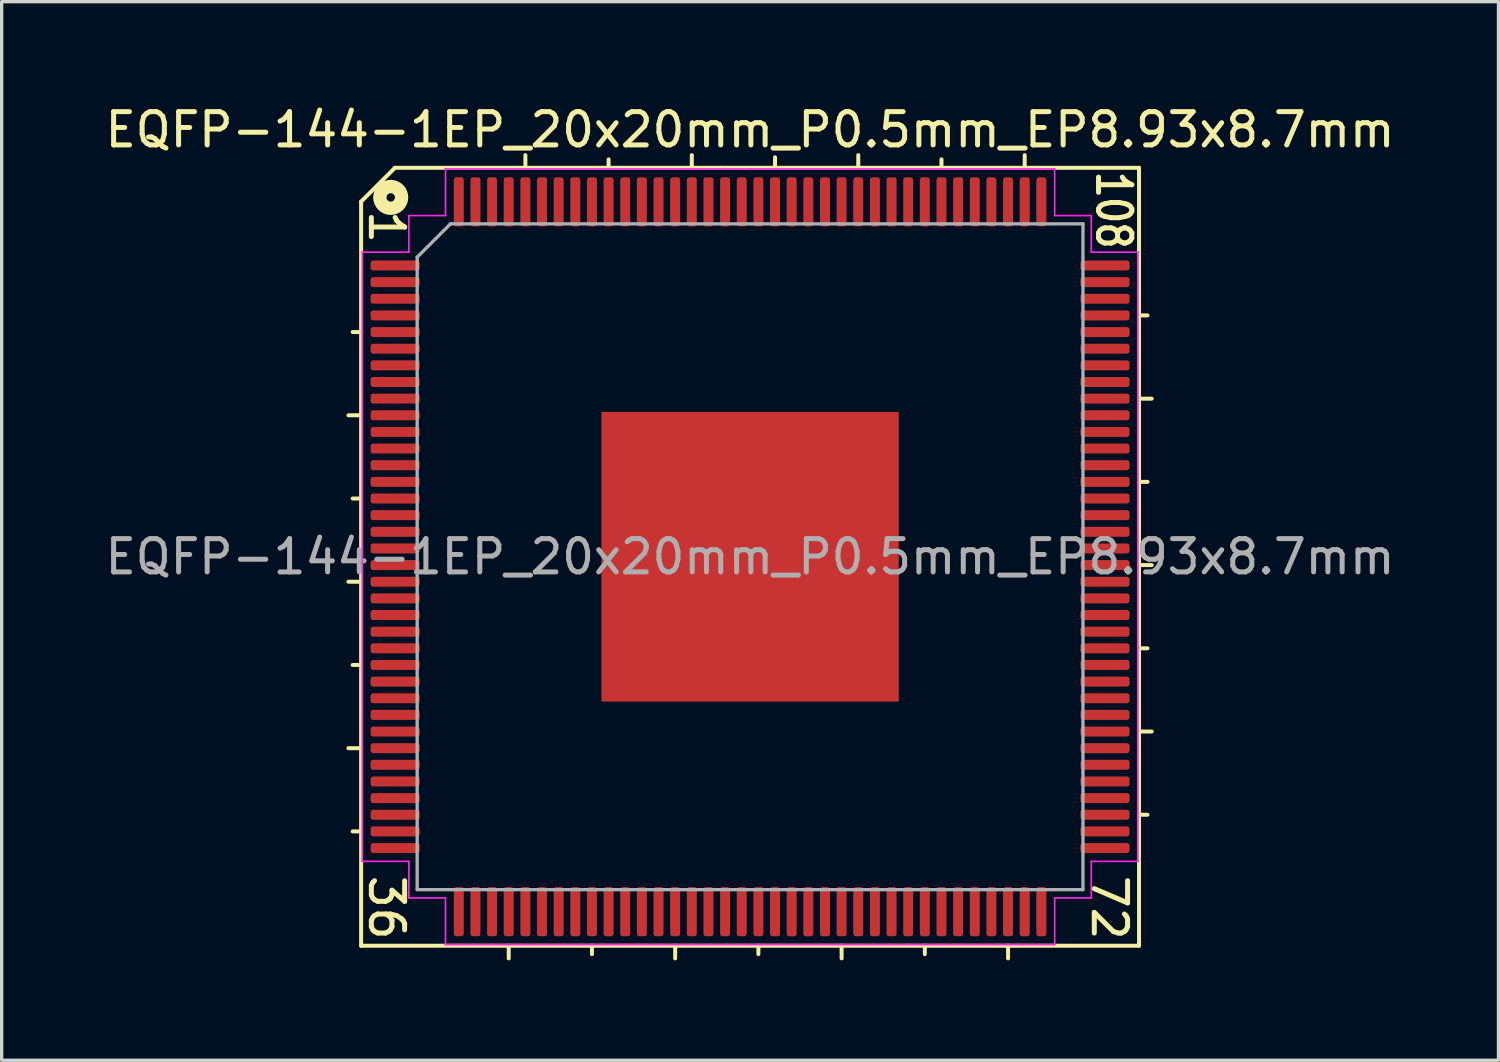
<source format=kicad_pcb>
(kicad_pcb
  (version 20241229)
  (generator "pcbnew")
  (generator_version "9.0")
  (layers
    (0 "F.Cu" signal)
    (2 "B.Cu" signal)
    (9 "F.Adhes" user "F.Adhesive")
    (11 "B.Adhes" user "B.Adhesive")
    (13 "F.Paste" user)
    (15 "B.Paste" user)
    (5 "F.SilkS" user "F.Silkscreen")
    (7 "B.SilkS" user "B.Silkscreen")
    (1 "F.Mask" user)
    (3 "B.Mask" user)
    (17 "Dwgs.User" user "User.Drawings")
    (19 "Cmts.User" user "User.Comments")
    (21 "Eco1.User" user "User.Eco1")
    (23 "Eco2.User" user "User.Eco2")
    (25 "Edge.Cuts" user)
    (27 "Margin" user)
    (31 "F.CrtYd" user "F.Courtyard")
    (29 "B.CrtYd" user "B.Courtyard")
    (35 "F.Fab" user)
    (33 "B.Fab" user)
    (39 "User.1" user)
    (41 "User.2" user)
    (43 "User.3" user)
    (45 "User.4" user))
  (footprint "EQFP-144-1EP_20x20mm_P0.5mm_EP8.93x8.7mm"
    (layer "F.Cu")
    (at 19.482 13.675)
    (property "Reference" "EQFP-144-1EP_20x20mm_P0.5mm_EP8.93x8.7mm" (at 0 -12.827 0) (layer "F.SilkS") (effects (font (size 1 1) (thickness 0.15))))
    (attr smd)
    (fp_line (start -11.684 -10.668) (end -11.684 11.684) (stroke (width 0.12) (type solid)) (layer "F.SilkS"))
    (fp_line (start -11.684 -6.75) (end -11.938 -6.75) (stroke (width 0.12) (type solid)) (layer "F.SilkS"))
    (fp_line (start -11.684 -4.25) (end -12.065 -4.25) (stroke (width 0.12) (type solid)) (layer "F.SilkS"))
    (fp_line (start -11.684 -1.75) (end -11.938 -1.75) (stroke (width 0.12) (type solid)) (layer "F.SilkS"))
    (fp_line (start -11.684 0.75) (end -12.065 0.75) (stroke (width 0.12) (type solid)) (layer "F.SilkS"))
    (fp_line (start -11.684 3.25) (end -11.938 3.25) (stroke (width 0.12) (type solid)) (layer "F.SilkS"))
    (fp_line (start -11.684 5.75) (end -12.065 5.75) (stroke (width 0.12) (type solid)) (layer "F.SilkS"))
    (fp_line (start -11.684 8.25) (end -11.938 8.25) (stroke (width 0.12) (type solid)) (layer "F.SilkS"))
    (fp_line (start -11.684 11.684) (end 11.684 11.684) (stroke (width 0.12) (type solid)) (layer "F.SilkS"))
    (fp_line (start -10.668 -11.684) (end -11.684 -10.668) (stroke (width 0.12) (type solid)) (layer "F.SilkS"))
    (fp_line (start -7.25 11.684) (end -7.25 12.065) (stroke (width 0.12) (type solid)) (layer "F.SilkS"))
    (fp_line (start -6.75 -11.684) (end -6.75 -12.065) (stroke (width 0.12) (type solid)) (layer "F.SilkS"))
    (fp_line (start -4.75 11.684) (end -4.75 11.938) (stroke (width 0.12) (type solid)) (layer "F.SilkS"))
    (fp_line (start -4.25 -11.684) (end -4.25 -11.938) (stroke (width 0.12) (type solid)) (layer "F.SilkS"))
    (fp_line (start -2.25 11.684) (end -2.25 12.065) (stroke (width 0.12) (type solid)) (layer "F.SilkS"))
    (fp_line (start -1.75 -11.684) (end -1.75 -12.065) (stroke (width 0.12) (type solid)) (layer "F.SilkS"))
    (fp_line (start -0.889 -11.684) (end -10.668 -11.684) (stroke (width 0.12) (type solid)) (layer "F.SilkS"))
    (fp_line (start 0.25 11.684) (end 0.25 11.938) (stroke (width 0.12) (type solid)) (layer "F.SilkS"))
    (fp_line (start 0.75 -11.75) (end 0.75 -12) (stroke (width 0.12) (type solid)) (layer "F.SilkS"))
    (fp_line (start 2.75 11.684) (end 2.75 12.065) (stroke (width 0.12) (type solid)) (layer "F.SilkS"))
    (fp_line (start 3.25 -11.684) (end 3.25 -12.065) (stroke (width 0.12) (type solid)) (layer "F.SilkS"))
    (fp_line (start 5.25 11.684) (end 5.25 11.938) (stroke (width 0.12) (type solid)) (layer "F.SilkS"))
    (fp_line (start 5.75 -11.684) (end 5.75 -11.938) (stroke (width 0.12) (type solid)) (layer "F.SilkS"))
    (fp_line (start 7.75 11.684) (end 7.75 12.065) (stroke (width 0.12) (type solid)) (layer "F.SilkS"))
    (fp_line (start 8.25 -11.684) (end 8.25 -12.065) (stroke (width 0.12) (type solid)) (layer "F.SilkS"))
    (fp_line (start 11.684 -11.684) (end -0.889 -11.684) (stroke (width 0.12) (type solid)) (layer "F.SilkS"))
    (fp_line (start 11.684 -7.25) (end 11.938 -7.25) (stroke (width 0.12) (type solid)) (layer "F.SilkS"))
    (fp_line (start 11.684 -4.75) (end 12.065 -4.75) (stroke (width 0.12) (type solid)) (layer "F.SilkS"))
    (fp_line (start 11.684 -2.25) (end 11.938 -2.25) (stroke (width 0.12) (type solid)) (layer "F.SilkS"))
    (fp_line (start 11.684 0.25) (end 12.065 0.25) (stroke (width 0.12) (type solid)) (layer "F.SilkS"))
    (fp_line (start 11.684 2.75) (end 11.938 2.75) (stroke (width 0.12) (type solid)) (layer "F.SilkS"))
    (fp_line (start 11.684 5.25) (end 12.065 5.25) (stroke (width 0.12) (type solid)) (layer "F.SilkS"))
    (fp_line (start 11.684 7.75) (end 11.938 7.75) (stroke (width 0.12) (type solid)) (layer "F.SilkS"))
    (fp_line (start 11.684 11.684) (end 11.684 -11.684) (stroke (width 0.12) (type solid)) (layer "F.SilkS"))
    (fp_circle (center -10.795 -10.795) (end -10.668 -10.795) (stroke (width 0.4) (type solid)) (fill no) (layer "F.SilkS"))
    (fp_line (start -11.65 -9.15) (end -11.65 0) (stroke (width 0.05) (type solid)) (layer "F.CrtYd"))
    (fp_line (start -11.65 9.15) (end -11.65 0) (stroke (width 0.05) (type solid)) (layer "F.CrtYd"))
    (fp_line (start -10.25 -10.25) (end -10.25 -9.15) (stroke (width 0.05) (type solid)) (layer "F.CrtYd"))
    (fp_line (start -10.25 -9.15) (end -11.65 -9.15) (stroke (width 0.05) (type solid)) (layer "F.CrtYd"))
    (fp_line (start -10.25 9.15) (end -11.65 9.15) (stroke (width 0.05) (type solid)) (layer "F.CrtYd"))
    (fp_line (start -10.25 10.25) (end -10.25 9.15) (stroke (width 0.05) (type solid)) (layer "F.CrtYd"))
    (fp_line (start -9.15 -11.65) (end -9.15 -10.25) (stroke (width 0.05) (type solid)) (layer "F.CrtYd"))
    (fp_line (start -9.15 -10.25) (end -10.25 -10.25) (stroke (width 0.05) (type solid)) (layer "F.CrtYd"))
    (fp_line (start -9.15 10.25) (end -10.25 10.25) (stroke (width 0.05) (type solid)) (layer "F.CrtYd"))
    (fp_line (start -9.15 11.65) (end -9.15 10.25) (stroke (width 0.05) (type solid)) (layer "F.CrtYd"))
    (fp_line (start 0 -11.65) (end -9.15 -11.65) (stroke (width 0.05) (type solid)) (layer "F.CrtYd"))
    (fp_line (start 0 -11.65) (end 9.15 -11.65) (stroke (width 0.05) (type solid)) (layer "F.CrtYd"))
    (fp_line (start 0 11.65) (end -9.15 11.65) (stroke (width 0.05) (type solid)) (layer "F.CrtYd"))
    (fp_line (start 0 11.65) (end 9.15 11.65) (stroke (width 0.05) (type solid)) (layer "F.CrtYd"))
    (fp_line (start 9.15 -11.65) (end 9.15 -10.25) (stroke (width 0.05) (type solid)) (layer "F.CrtYd"))
    (fp_line (start 9.15 -10.25) (end 10.25 -10.25) (stroke (width 0.05) (type solid)) (layer "F.CrtYd"))
    (fp_line (start 9.15 10.25) (end 10.25 10.25) (stroke (width 0.05) (type solid)) (layer "F.CrtYd"))
    (fp_line (start 9.15 11.65) (end 9.15 10.25) (stroke (width 0.05) (type solid)) (layer "F.CrtYd"))
    (fp_line (start 10.25 -10.25) (end 10.25 -9.15) (stroke (width 0.05) (type solid)) (layer "F.CrtYd"))
    (fp_line (start 10.25 -9.15) (end 11.65 -9.15) (stroke (width 0.05) (type solid)) (layer "F.CrtYd"))
    (fp_line (start 10.25 9.15) (end 11.65 9.15) (stroke (width 0.05) (type solid)) (layer "F.CrtYd"))
    (fp_line (start 10.25 10.25) (end 10.25 9.15) (stroke (width 0.05) (type solid)) (layer "F.CrtYd"))
    (fp_line (start 11.65 -9.15) (end 11.65 0) (stroke (width 0.05) (type solid)) (layer "F.CrtYd"))
    (fp_line (start 11.65 9.15) (end 11.65 0) (stroke (width 0.05) (type solid)) (layer "F.CrtYd"))
    (fp_line (start -10 -9) (end -9 -10) (stroke (width 0.1) (type solid)) (layer "F.Fab"))
    (fp_line (start -10 10) (end -10 -9) (stroke (width 0.1) (type solid)) (layer "F.Fab"))
    (fp_line (start -9 -10) (end 10 -10) (stroke (width 0.1) (type solid)) (layer "F.Fab"))
    (fp_line (start 10 -10) (end 10 10) (stroke (width 0.1) (type solid)) (layer "F.Fab"))
    (fp_line (start 10 10) (end -10 10) (stroke (width 0.1) (type solid)) (layer "F.Fab"))
    (fp_text user "72" (at 10.795 10.541 270) (unlocked yes) (layer "F.SilkS") (effects (font (size 1 1) (thickness 0.15))))
    (fp_text user "108" (at 10.922 -10.414 270) (unlocked yes) (layer "F.SilkS") (effects (font (size 1 0.8) (thickness 0.15))))
    (fp_text user "1" (at -10.922 -9.906 270) (unlocked yes) (layer "F.SilkS") (effects (font (size 1 1) (thickness 0.15))))
    (fp_text user "36" (at -10.922 10.541 270) (unlocked yes) (layer "F.SilkS") (effects (font (size 1 1) (thickness 0.15))))
    (fp_text user "${REFERENCE}" (at 0 0 0) (layer "F.Fab") (effects (font (size 1 1) (thickness 0.15))))
    (pad "" smd roundrect (at -3.84 -3.72) (size 1.03 1) (layers "F.Paste") (roundrect_rratio 0.25))
    (pad "" smd roundrect (at -3.84 -2.48) (size 1.03 1) (layers "F.Paste") (roundrect_rratio 0.25))
    (pad "" smd roundrect (at -3.84 -1.24) (size 1.03 1) (layers "F.Paste") (roundrect_rratio 0.25))
    (pad "" smd roundrect (at -3.84 0) (size 1.03 1) (layers "F.Paste") (roundrect_rratio 0.25))
    (pad "" smd roundrect (at -3.84 1.24) (size 1.03 1) (layers "F.Paste") (roundrect_rratio 0.25))
    (pad "" smd roundrect (at -3.84 2.48) (size 1.03 1) (layers "F.Paste") (roundrect_rratio 0.25))
    (pad "" smd roundrect (at -3.84 3.72) (size 1.03 1) (layers "F.Paste") (roundrect_rratio 0.25))
    (pad "" smd roundrect (at -2.56 -3.72) (size 1.03 1) (layers "F.Paste") (roundrect_rratio 0.25))
    (pad "" smd roundrect (at -2.56 -2.48) (size 1.03 1) (layers "F.Paste") (roundrect_rratio 0.25))
    (pad "" smd roundrect (at -2.56 -1.24) (size 1.03 1) (layers "F.Paste") (roundrect_rratio 0.25))
    (pad "" smd roundrect (at -2.56 0) (size 1.03 1) (layers "F.Paste") (roundrect_rratio 0.25))
    (pad "" smd roundrect (at -2.56 1.24) (size 1.03 1) (layers "F.Paste") (roundrect_rratio 0.25))
    (pad "" smd roundrect (at -2.56 2.48) (size 1.03 1) (layers "F.Paste") (roundrect_rratio 0.25))
    (pad "" smd roundrect (at -2.56 3.72) (size 1.03 1) (layers "F.Paste") (roundrect_rratio 0.25))
    (pad "" smd roundrect (at -1.28 -3.72) (size 1.03 1) (layers "F.Paste") (roundrect_rratio 0.25))
    (pad "" smd roundrect (at -1.28 -2.48) (size 1.03 1) (layers "F.Paste") (roundrect_rratio 0.25))
    (pad "" smd roundrect (at -1.28 -1.24) (size 1.03 1) (layers "F.Paste") (roundrect_rratio 0.25))
    (pad "" smd roundrect (at -1.28 0) (size 1.03 1) (layers "F.Paste") (roundrect_rratio 0.25))
    (pad "" smd roundrect (at -1.28 1.24) (size 1.03 1) (layers "F.Paste") (roundrect_rratio 0.25))
    (pad "" smd roundrect (at -1.28 2.48) (size 1.03 1) (layers "F.Paste") (roundrect_rratio 0.25))
    (pad "" smd roundrect (at -1.28 3.72) (size 1.03 1) (layers "F.Paste") (roundrect_rratio 0.25))
    (pad "" smd roundrect (at 0 -3.72) (size 1.03 1) (layers "F.Paste") (roundrect_rratio 0.25))
    (pad "" smd roundrect (at 0 -2.48) (size 1.03 1) (layers "F.Paste") (roundrect_rratio 0.25))
    (pad "" smd roundrect (at 0 -1.24) (size 1.03 1) (layers "F.Paste") (roundrect_rratio 0.25))
    (pad "" smd roundrect (at 0 0) (size 1.03 1) (layers "F.Paste") (roundrect_rratio 0.25))
    (pad "" smd roundrect (at 0 1.24) (size 1.03 1) (layers "F.Paste") (roundrect_rratio 0.25))
    (pad "" smd roundrect (at 0 2.48) (size 1.03 1) (layers "F.Paste") (roundrect_rratio 0.25))
    (pad "" smd roundrect (at 0 3.72) (size 1.03 1) (layers "F.Paste") (roundrect_rratio 0.25))
    (pad "" smd roundrect (at 1.28 -3.72) (size 1.03 1) (layers "F.Paste") (roundrect_rratio 0.25))
    (pad "" smd roundrect (at 1.28 -2.48) (size 1.03 1) (layers "F.Paste") (roundrect_rratio 0.25))
    (pad "" smd roundrect (at 1.28 -1.24) (size 1.03 1) (layers "F.Paste") (roundrect_rratio 0.25))
    (pad "" smd roundrect (at 1.28 0) (size 1.03 1) (layers "F.Paste") (roundrect_rratio 0.25))
    (pad "" smd roundrect (at 1.28 1.24) (size 1.03 1) (layers "F.Paste") (roundrect_rratio 0.25))
    (pad "" smd roundrect (at 1.28 2.48) (size 1.03 1) (layers "F.Paste") (roundrect_rratio 0.25))
    (pad "" smd roundrect (at 1.28 3.72) (size 1.03 1) (layers "F.Paste") (roundrect_rratio 0.25))
    (pad "" smd roundrect (at 2.56 -3.72) (size 1.03 1) (layers "F.Paste") (roundrect_rratio 0.25))
    (pad "" smd roundrect (at 2.56 -2.48) (size 1.03 1) (layers "F.Paste") (roundrect_rratio 0.25))
    (pad "" smd roundrect (at 2.56 -1.24) (size 1.03 1) (layers "F.Paste") (roundrect_rratio 0.25))
    (pad "" smd roundrect (at 2.56 0) (size 1.03 1) (layers "F.Paste") (roundrect_rratio 0.25))
    (pad "" smd roundrect (at 2.56 1.24) (size 1.03 1) (layers "F.Paste") (roundrect_rratio 0.25))
    (pad "" smd roundrect (at 2.56 2.48) (size 1.03 1) (layers "F.Paste") (roundrect_rratio 0.25))
    (pad "" smd roundrect (at 2.56 3.72) (size 1.03 1) (layers "F.Paste") (roundrect_rratio 0.25))
    (pad "" smd roundrect (at 3.84 -3.72) (size 1.03 1) (layers "F.Paste") (roundrect_rratio 0.25))
    (pad "" smd roundrect (at 3.84 -2.48) (size 1.03 1) (layers "F.Paste") (roundrect_rratio 0.25))
    (pad "" smd roundrect (at 3.84 -1.24) (size 1.03 1) (layers "F.Paste") (roundrect_rratio 0.25))
    (pad "" smd roundrect (at 3.84 0) (size 1.03 1) (layers "F.Paste") (roundrect_rratio 0.25))
    (pad "" smd roundrect (at 3.84 1.24) (size 1.03 1) (layers "F.Paste") (roundrect_rratio 0.25))
    (pad "" smd roundrect (at 3.84 2.48) (size 1.03 1) (layers "F.Paste") (roundrect_rratio 0.25))
    (pad "" smd roundrect (at 3.84 3.72) (size 1.03 1) (layers "F.Paste") (roundrect_rratio 0.25))
    (pad "1" smd roundrect (at -10.662 -8.75) (size 1.475 0.3) (layers "F.Cu" "F.Mask" "F.Paste") (roundrect_rratio 0.25))
    (pad "2" smd roundrect (at -10.662 -8.25) (size 1.475 0.3) (layers "F.Cu" "F.Mask" "F.Paste") (roundrect_rratio 0.25))
    (pad "3" smd roundrect (at -10.662 -7.75) (size 1.475 0.3) (layers "F.Cu" "F.Mask" "F.Paste") (roundrect_rratio 0.25))
    (pad "4" smd roundrect (at -10.662 -7.25) (size 1.475 0.3) (layers "F.Cu" "F.Mask" "F.Paste") (roundrect_rratio 0.25))
    (pad "5" smd roundrect (at -10.662 -6.75) (size 1.475 0.3) (layers "F.Cu" "F.Mask" "F.Paste") (roundrect_rratio 0.25))
    (pad "6" smd roundrect (at -10.662 -6.25) (size 1.475 0.3) (layers "F.Cu" "F.Mask" "F.Paste") (roundrect_rratio 0.25))
    (pad "7" smd roundrect (at -10.662 -5.75) (size 1.475 0.3) (layers "F.Cu" "F.Mask" "F.Paste") (roundrect_rratio 0.25))
    (pad "8" smd roundrect (at -10.662 -5.25) (size 1.475 0.3) (layers "F.Cu" "F.Mask" "F.Paste") (roundrect_rratio 0.25))
    (pad "9" smd roundrect (at -10.662 -4.75) (size 1.475 0.3) (layers "F.Cu" "F.Mask" "F.Paste") (roundrect_rratio 0.25))
    (pad "10" smd roundrect (at -10.662 -4.25) (size 1.475 0.3) (layers "F.Cu" "F.Mask" "F.Paste") (roundrect_rratio 0.25))
    (pad "11" smd roundrect (at -10.662 -3.75) (size 1.475 0.3) (layers "F.Cu" "F.Mask" "F.Paste") (roundrect_rratio 0.25))
    (pad "12" smd roundrect (at -10.662 -3.25) (size 1.475 0.3) (layers "F.Cu" "F.Mask" "F.Paste") (roundrect_rratio 0.25))
    (pad "13" smd roundrect (at -10.662 -2.75) (size 1.475 0.3) (layers "F.Cu" "F.Mask" "F.Paste") (roundrect_rratio 0.25))
    (pad "14" smd roundrect (at -10.662 -2.25) (size 1.475 0.3) (layers "F.Cu" "F.Mask" "F.Paste") (roundrect_rratio 0.25))
    (pad "15" smd roundrect (at -10.662 -1.75) (size 1.475 0.3) (layers "F.Cu" "F.Mask" "F.Paste") (roundrect_rratio 0.25))
    (pad "16" smd roundrect (at -10.662 -1.25) (size 1.475 0.3) (layers "F.Cu" "F.Mask" "F.Paste") (roundrect_rratio 0.25))
    (pad "17" smd roundrect (at -10.662 -0.75) (size 1.475 0.3) (layers "F.Cu" "F.Mask" "F.Paste") (roundrect_rratio 0.25))
    (pad "18" smd roundrect (at -10.662 -0.25) (size 1.475 0.3) (layers "F.Cu" "F.Mask" "F.Paste") (roundrect_rratio 0.25))
    (pad "19" smd roundrect (at -10.662 0.25) (size 1.475 0.3) (layers "F.Cu" "F.Mask" "F.Paste") (roundrect_rratio 0.25))
    (pad "20" smd roundrect (at -10.662 0.75) (size 1.475 0.3) (layers "F.Cu" "F.Mask" "F.Paste") (roundrect_rratio 0.25))
    (pad "21" smd roundrect (at -10.662 1.25) (size 1.475 0.3) (layers "F.Cu" "F.Mask" "F.Paste") (roundrect_rratio 0.25))
    (pad "22" smd roundrect (at -10.662 1.75) (size 1.475 0.3) (layers "F.Cu" "F.Mask" "F.Paste") (roundrect_rratio 0.25))
    (pad "23" smd roundrect (at -10.662 2.25) (size 1.475 0.3) (layers "F.Cu" "F.Mask" "F.Paste") (roundrect_rratio 0.25))
    (pad "24" smd roundrect (at -10.662 2.75) (size 1.475 0.3) (layers "F.Cu" "F.Mask" "F.Paste") (roundrect_rratio 0.25))
    (pad "25" smd roundrect (at -10.662 3.25) (size 1.475 0.3) (layers "F.Cu" "F.Mask" "F.Paste") (roundrect_rratio 0.25))
    (pad "26" smd roundrect (at -10.662 3.75) (size 1.475 0.3) (layers "F.Cu" "F.Mask" "F.Paste") (roundrect_rratio 0.25))
    (pad "27" smd roundrect (at -10.662 4.25) (size 1.475 0.3) (layers "F.Cu" "F.Mask" "F.Paste") (roundrect_rratio 0.25))
    (pad "28" smd roundrect (at -10.662 4.75) (size 1.475 0.3) (layers "F.Cu" "F.Mask" "F.Paste") (roundrect_rratio 0.25))
    (pad "29" smd roundrect (at -10.662 5.25) (size 1.475 0.3) (layers "F.Cu" "F.Mask" "F.Paste") (roundrect_rratio 0.25))
    (pad "30" smd roundrect (at -10.662 5.75) (size 1.475 0.3) (layers "F.Cu" "F.Mask" "F.Paste") (roundrect_rratio 0.25))
    (pad "31" smd roundrect (at -10.662 6.25) (size 1.475 0.3) (layers "F.Cu" "F.Mask" "F.Paste") (roundrect_rratio 0.25))
    (pad "32" smd roundrect (at -10.662 6.75) (size 1.475 0.3) (layers "F.Cu" "F.Mask" "F.Paste") (roundrect_rratio 0.25))
    (pad "33" smd roundrect (at -10.662 7.25) (size 1.475 0.3) (layers "F.Cu" "F.Mask" "F.Paste") (roundrect_rratio 0.25))
    (pad "34" smd roundrect (at -10.662 7.75) (size 1.475 0.3) (layers "F.Cu" "F.Mask" "F.Paste") (roundrect_rratio 0.25))
    (pad "35" smd roundrect (at -10.662 8.25) (size 1.475 0.3) (layers "F.Cu" "F.Mask" "F.Paste") (roundrect_rratio 0.25))
    (pad "36" smd roundrect (at -10.662 8.75) (size 1.475 0.3) (layers "F.Cu" "F.Mask" "F.Paste") (roundrect_rratio 0.25))
    (pad "37" smd roundrect (at -8.75 10.662) (size 0.3 1.475) (layers "F.Cu" "F.Mask" "F.Paste") (roundrect_rratio 0.25))
    (pad "38" smd roundrect (at -8.25 10.662) (size 0.3 1.475) (layers "F.Cu" "F.Mask" "F.Paste") (roundrect_rratio 0.25))
    (pad "39" smd roundrect (at -7.75 10.662) (size 0.3 1.475) (layers "F.Cu" "F.Mask" "F.Paste") (roundrect_rratio 0.25))
    (pad "40" smd roundrect (at -7.25 10.662) (size 0.3 1.475) (layers "F.Cu" "F.Mask" "F.Paste") (roundrect_rratio 0.25))
    (pad "41" smd roundrect (at -6.75 10.662) (size 0.3 1.475) (layers "F.Cu" "F.Mask" "F.Paste") (roundrect_rratio 0.25))
    (pad "42" smd roundrect (at -6.25 10.662) (size 0.3 1.475) (layers "F.Cu" "F.Mask" "F.Paste") (roundrect_rratio 0.25))
    (pad "43" smd roundrect (at -5.75 10.662) (size 0.3 1.475) (layers "F.Cu" "F.Mask" "F.Paste") (roundrect_rratio 0.25))
    (pad "44" smd roundrect (at -5.25 10.662) (size 0.3 1.475) (layers "F.Cu" "F.Mask" "F.Paste") (roundrect_rratio 0.25))
    (pad "45" smd roundrect (at -4.75 10.662) (size 0.3 1.475) (layers "F.Cu" "F.Mask" "F.Paste") (roundrect_rratio 0.25))
    (pad "46" smd roundrect (at -4.25 10.662) (size 0.3 1.475) (layers "F.Cu" "F.Mask" "F.Paste") (roundrect_rratio 0.25))
    (pad "47" smd roundrect (at -3.75 10.662) (size 0.3 1.475) (layers "F.Cu" "F.Mask" "F.Paste") (roundrect_rratio 0.25))
    (pad "48" smd roundrect (at -3.25 10.662) (size 0.3 1.475) (layers "F.Cu" "F.Mask" "F.Paste") (roundrect_rratio 0.25))
    (pad "49" smd roundrect (at -2.75 10.662) (size 0.3 1.475) (layers "F.Cu" "F.Mask" "F.Paste") (roundrect_rratio 0.25))
    (pad "50" smd roundrect (at -2.25 10.662) (size 0.3 1.475) (layers "F.Cu" "F.Mask" "F.Paste") (roundrect_rratio 0.25))
    (pad "51" smd roundrect (at -1.75 10.662) (size 0.3 1.475) (layers "F.Cu" "F.Mask" "F.Paste") (roundrect_rratio 0.25))
    (pad "52" smd roundrect (at -1.25 10.662) (size 0.3 1.475) (layers "F.Cu" "F.Mask" "F.Paste") (roundrect_rratio 0.25))
    (pad "53" smd roundrect (at -0.75 10.662) (size 0.3 1.475) (layers "F.Cu" "F.Mask" "F.Paste") (roundrect_rratio 0.25))
    (pad "54" smd roundrect (at -0.25 10.662) (size 0.3 1.475) (layers "F.Cu" "F.Mask" "F.Paste") (roundrect_rratio 0.25))
    (pad "55" smd roundrect (at 0.25 10.662) (size 0.3 1.475) (layers "F.Cu" "F.Mask" "F.Paste") (roundrect_rratio 0.25))
    (pad "56" smd roundrect (at 0.75 10.662) (size 0.3 1.475) (layers "F.Cu" "F.Mask" "F.Paste") (roundrect_rratio 0.25))
    (pad "57" smd roundrect (at 1.25 10.662) (size 0.3 1.475) (layers "F.Cu" "F.Mask" "F.Paste") (roundrect_rratio 0.25))
    (pad "58" smd roundrect (at 1.75 10.662) (size 0.3 1.475) (layers "F.Cu" "F.Mask" "F.Paste") (roundrect_rratio 0.25))
    (pad "59" smd roundrect (at 2.25 10.662) (size 0.3 1.475) (layers "F.Cu" "F.Mask" "F.Paste") (roundrect_rratio 0.25))
    (pad "60" smd roundrect (at 2.75 10.662) (size 0.3 1.475) (layers "F.Cu" "F.Mask" "F.Paste") (roundrect_rratio 0.25))
    (pad "61" smd roundrect (at 3.25 10.662) (size 0.3 1.475) (layers "F.Cu" "F.Mask" "F.Paste") (roundrect_rratio 0.25))
    (pad "62" smd roundrect (at 3.75 10.662) (size 0.3 1.475) (layers "F.Cu" "F.Mask" "F.Paste") (roundrect_rratio 0.25))
    (pad "63" smd roundrect (at 4.25 10.662) (size 0.3 1.475) (layers "F.Cu" "F.Mask" "F.Paste") (roundrect_rratio 0.25))
    (pad "64" smd roundrect (at 4.75 10.662) (size 0.3 1.475) (layers "F.Cu" "F.Mask" "F.Paste") (roundrect_rratio 0.25))
    (pad "65" smd roundrect (at 5.25 10.662) (size 0.3 1.475) (layers "F.Cu" "F.Mask" "F.Paste") (roundrect_rratio 0.25))
    (pad "66" smd roundrect (at 5.75 10.662) (size 0.3 1.475) (layers "F.Cu" "F.Mask" "F.Paste") (roundrect_rratio 0.25))
    (pad "67" smd roundrect (at 6.25 10.662) (size 0.3 1.475) (layers "F.Cu" "F.Mask" "F.Paste") (roundrect_rratio 0.25))
    (pad "68" smd roundrect (at 6.75 10.662) (size 0.3 1.475) (layers "F.Cu" "F.Mask" "F.Paste") (roundrect_rratio 0.25))
    (pad "69" smd roundrect (at 7.25 10.662) (size 0.3 1.475) (layers "F.Cu" "F.Mask" "F.Paste") (roundrect_rratio 0.25))
    (pad "70" smd roundrect (at 7.75 10.662) (size 0.3 1.475) (layers "F.Cu" "F.Mask" "F.Paste") (roundrect_rratio 0.25))
    (pad "71" smd roundrect (at 8.25 10.662) (size 0.3 1.475) (layers "F.Cu" "F.Mask" "F.Paste") (roundrect_rratio 0.25))
    (pad "72" smd roundrect (at 8.75 10.662) (size 0.3 1.475) (layers "F.Cu" "F.Mask" "F.Paste") (roundrect_rratio 0.25))
    (pad "73" smd roundrect (at 10.662 8.75) (size 1.475 0.3) (layers "F.Cu" "F.Mask" "F.Paste") (roundrect_rratio 0.25))
    (pad "74" smd roundrect (at 10.662 8.25) (size 1.475 0.3) (layers "F.Cu" "F.Mask" "F.Paste") (roundrect_rratio 0.25))
    (pad "75" smd roundrect (at 10.662 7.75) (size 1.475 0.3) (layers "F.Cu" "F.Mask" "F.Paste") (roundrect_rratio 0.25))
    (pad "76" smd roundrect (at 10.662 7.25) (size 1.475 0.3) (layers "F.Cu" "F.Mask" "F.Paste") (roundrect_rratio 0.25))
    (pad "77" smd roundrect (at 10.662 6.75) (size 1.475 0.3) (layers "F.Cu" "F.Mask" "F.Paste") (roundrect_rratio 0.25))
    (pad "78" smd roundrect (at 10.662 6.25) (size 1.475 0.3) (layers "F.Cu" "F.Mask" "F.Paste") (roundrect_rratio 0.25))
    (pad "79" smd roundrect (at 10.662 5.75) (size 1.475 0.3) (layers "F.Cu" "F.Mask" "F.Paste") (roundrect_rratio 0.25))
    (pad "80" smd roundrect (at 10.662 5.25) (size 1.475 0.3) (layers "F.Cu" "F.Mask" "F.Paste") (roundrect_rratio 0.25))
    (pad "81" smd roundrect (at 10.662 4.75) (size 1.475 0.3) (layers "F.Cu" "F.Mask" "F.Paste") (roundrect_rratio 0.25))
    (pad "82" smd roundrect (at 10.662 4.25) (size 1.475 0.3) (layers "F.Cu" "F.Mask" "F.Paste") (roundrect_rratio 0.25))
    (pad "83" smd roundrect (at 10.662 3.75) (size 1.475 0.3) (layers "F.Cu" "F.Mask" "F.Paste") (roundrect_rratio 0.25))
    (pad "84" smd roundrect (at 10.662 3.25) (size 1.475 0.3) (layers "F.Cu" "F.Mask" "F.Paste") (roundrect_rratio 0.25))
    (pad "85" smd roundrect (at 10.662 2.75) (size 1.475 0.3) (layers "F.Cu" "F.Mask" "F.Paste") (roundrect_rratio 0.25))
    (pad "86" smd roundrect (at 10.662 2.25) (size 1.475 0.3) (layers "F.Cu" "F.Mask" "F.Paste") (roundrect_rratio 0.25))
    (pad "87" smd roundrect (at 10.662 1.75) (size 1.475 0.3) (layers "F.Cu" "F.Mask" "F.Paste") (roundrect_rratio 0.25))
    (pad "88" smd roundrect (at 10.662 1.25) (size 1.475 0.3) (layers "F.Cu" "F.Mask" "F.Paste") (roundrect_rratio 0.25))
    (pad "89" smd roundrect (at 10.662 0.75) (size 1.475 0.3) (layers "F.Cu" "F.Mask" "F.Paste") (roundrect_rratio 0.25))
    (pad "90" smd roundrect (at 10.662 0.25) (size 1.475 0.3) (layers "F.Cu" "F.Mask" "F.Paste") (roundrect_rratio 0.25))
    (pad "91" smd roundrect (at 10.662 -0.25) (size 1.475 0.3) (layers "F.Cu" "F.Mask" "F.Paste") (roundrect_rratio 0.25))
    (pad "92" smd roundrect (at 10.662 -0.75) (size 1.475 0.3) (layers "F.Cu" "F.Mask" "F.Paste") (roundrect_rratio 0.25))
    (pad "93" smd roundrect (at 10.662 -1.25) (size 1.475 0.3) (layers "F.Cu" "F.Mask" "F.Paste") (roundrect_rratio 0.25))
    (pad "94" smd roundrect (at 10.662 -1.75) (size 1.475 0.3) (layers "F.Cu" "F.Mask" "F.Paste") (roundrect_rratio 0.25))
    (pad "95" smd roundrect (at 10.662 -2.25) (size 1.475 0.3) (layers "F.Cu" "F.Mask" "F.Paste") (roundrect_rratio 0.25))
    (pad "96" smd roundrect (at 10.662 -2.75) (size 1.475 0.3) (layers "F.Cu" "F.Mask" "F.Paste") (roundrect_rratio 0.25))
    (pad "97" smd roundrect (at 10.662 -3.25) (size 1.475 0.3) (layers "F.Cu" "F.Mask" "F.Paste") (roundrect_rratio 0.25))
    (pad "98" smd roundrect (at 10.662 -3.75) (size 1.475 0.3) (layers "F.Cu" "F.Mask" "F.Paste") (roundrect_rratio 0.25))
    (pad "99" smd roundrect (at 10.662 -4.25) (size 1.475 0.3) (layers "F.Cu" "F.Mask" "F.Paste") (roundrect_rratio 0.25))
    (pad "100" smd roundrect (at 10.662 -4.75) (size 1.475 0.3) (layers "F.Cu" "F.Mask" "F.Paste") (roundrect_rratio 0.25))
    (pad "101" smd roundrect (at 10.662 -5.25) (size 1.475 0.3) (layers "F.Cu" "F.Mask" "F.Paste") (roundrect_rratio 0.25))
    (pad "102" smd roundrect (at 10.662 -5.75) (size 1.475 0.3) (layers "F.Cu" "F.Mask" "F.Paste") (roundrect_rratio 0.25))
    (pad "103" smd roundrect (at 10.662 -6.25) (size 1.475 0.3) (layers "F.Cu" "F.Mask" "F.Paste") (roundrect_rratio 0.25))
    (pad "104" smd roundrect (at 10.662 -6.75) (size 1.475 0.3) (layers "F.Cu" "F.Mask" "F.Paste") (roundrect_rratio 0.25))
    (pad "105" smd roundrect (at 10.662 -7.25) (size 1.475 0.3) (layers "F.Cu" "F.Mask" "F.Paste") (roundrect_rratio 0.25))
    (pad "106" smd roundrect (at 10.662 -7.75) (size 1.475 0.3) (layers "F.Cu" "F.Mask" "F.Paste") (roundrect_rratio 0.25))
    (pad "107" smd roundrect (at 10.662 -8.25) (size 1.475 0.3) (layers "F.Cu" "F.Mask" "F.Paste") (roundrect_rratio 0.25))
    (pad "108" smd roundrect (at 10.662 -8.75) (size 1.475 0.3) (layers "F.Cu" "F.Mask" "F.Paste") (roundrect_rratio 0.25))
    (pad "109" smd roundrect (at 8.75 -10.662) (size 0.3 1.475) (layers "F.Cu" "F.Mask" "F.Paste") (roundrect_rratio 0.25))
    (pad "110" smd roundrect (at 8.25 -10.662) (size 0.3 1.475) (layers "F.Cu" "F.Mask" "F.Paste") (roundrect_rratio 0.25))
    (pad "111" smd roundrect (at 7.75 -10.662) (size 0.3 1.475) (layers "F.Cu" "F.Mask" "F.Paste") (roundrect_rratio 0.25))
    (pad "112" smd roundrect (at 7.25 -10.662) (size 0.3 1.475) (layers "F.Cu" "F.Mask" "F.Paste") (roundrect_rratio 0.25))
    (pad "113" smd roundrect (at 6.75 -10.662) (size 0.3 1.475) (layers "F.Cu" "F.Mask" "F.Paste") (roundrect_rratio 0.25))
    (pad "114" smd roundrect (at 6.25 -10.662) (size 0.3 1.475) (layers "F.Cu" "F.Mask" "F.Paste") (roundrect_rratio 0.25))
    (pad "115" smd roundrect (at 5.75 -10.662) (size 0.3 1.475) (layers "F.Cu" "F.Mask" "F.Paste") (roundrect_rratio 0.25))
    (pad "116" smd roundrect (at 5.25 -10.662) (size 0.3 1.475) (layers "F.Cu" "F.Mask" "F.Paste") (roundrect_rratio 0.25))
    (pad "117" smd roundrect (at 4.75 -10.662) (size 0.3 1.475) (layers "F.Cu" "F.Mask" "F.Paste") (roundrect_rratio 0.25))
    (pad "118" smd roundrect (at 4.25 -10.662) (size 0.3 1.475) (layers "F.Cu" "F.Mask" "F.Paste") (roundrect_rratio 0.25))
    (pad "119" smd roundrect (at 3.75 -10.662) (size 0.3 1.475) (layers "F.Cu" "F.Mask" "F.Paste") (roundrect_rratio 0.25))
    (pad "120" smd roundrect (at 3.25 -10.662) (size 0.3 1.475) (layers "F.Cu" "F.Mask" "F.Paste") (roundrect_rratio 0.25))
    (pad "121" smd roundrect (at 2.75 -10.662) (size 0.3 1.475) (layers "F.Cu" "F.Mask" "F.Paste") (roundrect_rratio 0.25))
    (pad "122" smd roundrect (at 2.25 -10.662) (size 0.3 1.475) (layers "F.Cu" "F.Mask" "F.Paste") (roundrect_rratio 0.25))
    (pad "123" smd roundrect (at 1.75 -10.662) (size 0.3 1.475) (layers "F.Cu" "F.Mask" "F.Paste") (roundrect_rratio 0.25))
    (pad "124" smd roundrect (at 1.25 -10.662) (size 0.3 1.475) (layers "F.Cu" "F.Mask" "F.Paste") (roundrect_rratio 0.25))
    (pad "125" smd roundrect (at 0.75 -10.662) (size 0.3 1.475) (layers "F.Cu" "F.Mask" "F.Paste") (roundrect_rratio 0.25))
    (pad "126" smd roundrect (at 0.25 -10.662) (size 0.3 1.475) (layers "F.Cu" "F.Mask" "F.Paste") (roundrect_rratio 0.25))
    (pad "127" smd roundrect (at -0.25 -10.662) (size 0.3 1.475) (layers "F.Cu" "F.Mask" "F.Paste") (roundrect_rratio 0.25))
    (pad "128" smd roundrect (at -0.75 -10.662) (size 0.3 1.475) (layers "F.Cu" "F.Mask" "F.Paste") (roundrect_rratio 0.25))
    (pad "129" smd roundrect (at -1.25 -10.662) (size 0.3 1.475) (layers "F.Cu" "F.Mask" "F.Paste") (roundrect_rratio 0.25))
    (pad "130" smd roundrect (at -1.75 -10.662) (size 0.3 1.475) (layers "F.Cu" "F.Mask" "F.Paste") (roundrect_rratio 0.25))
    (pad "131" smd roundrect (at -2.25 -10.662) (size 0.3 1.475) (layers "F.Cu" "F.Mask" "F.Paste") (roundrect_rratio 0.25))
    (pad "132" smd roundrect (at -2.75 -10.662) (size 0.3 1.475) (layers "F.Cu" "F.Mask" "F.Paste") (roundrect_rratio 0.25))
    (pad "133" smd roundrect (at -3.25 -10.662) (size 0.3 1.475) (layers "F.Cu" "F.Mask" "F.Paste") (roundrect_rratio 0.25))
    (pad "134" smd roundrect (at -3.75 -10.662) (size 0.3 1.475) (layers "F.Cu" "F.Mask" "F.Paste") (roundrect_rratio 0.25))
    (pad "135" smd roundrect (at -4.25 -10.662) (size 0.3 1.475) (layers "F.Cu" "F.Mask" "F.Paste") (roundrect_rratio 0.25))
    (pad "136" smd roundrect (at -4.75 -10.662) (size 0.3 1.475) (layers "F.Cu" "F.Mask" "F.Paste") (roundrect_rratio 0.25))
    (pad "137" smd roundrect (at -5.25 -10.662) (size 0.3 1.475) (layers "F.Cu" "F.Mask" "F.Paste") (roundrect_rratio 0.25))
    (pad "138" smd roundrect (at -5.75 -10.662) (size 0.3 1.475) (layers "F.Cu" "F.Mask" "F.Paste") (roundrect_rratio 0.25))
    (pad "139" smd roundrect (at -6.25 -10.662) (size 0.3 1.475) (layers "F.Cu" "F.Mask" "F.Paste") (roundrect_rratio 0.25))
    (pad "140" smd roundrect (at -6.75 -10.662) (size 0.3 1.475) (layers "F.Cu" "F.Mask" "F.Paste") (roundrect_rratio 0.25))
    (pad "141" smd roundrect (at -7.25 -10.662) (size 0.3 1.475) (layers "F.Cu" "F.Mask" "F.Paste") (roundrect_rratio 0.25))
    (pad "142" smd roundrect (at -7.75 -10.662) (size 0.3 1.475) (layers "F.Cu" "F.Mask" "F.Paste") (roundrect_rratio 0.25))
    (pad "143" smd roundrect (at -8.25 -10.662) (size 0.3 1.475) (layers "F.Cu" "F.Mask" "F.Paste") (roundrect_rratio 0.25))
    (pad "144" smd roundrect (at -8.75 -10.662) (size 0.3 1.475) (layers "F.Cu" "F.Mask" "F.Paste") (roundrect_rratio 0.25))
    (pad "145" smd rect (at 0 0) (size 8.93 8.7) (layers "F.Cu" "F.Mask")))
  (gr_rect
    (start -3 -3)
    (end 41.964 28.8)
    (stroke (width 0.1) (type default))
    (fill no)
    (layer "Edge.Cuts")))
</source>
